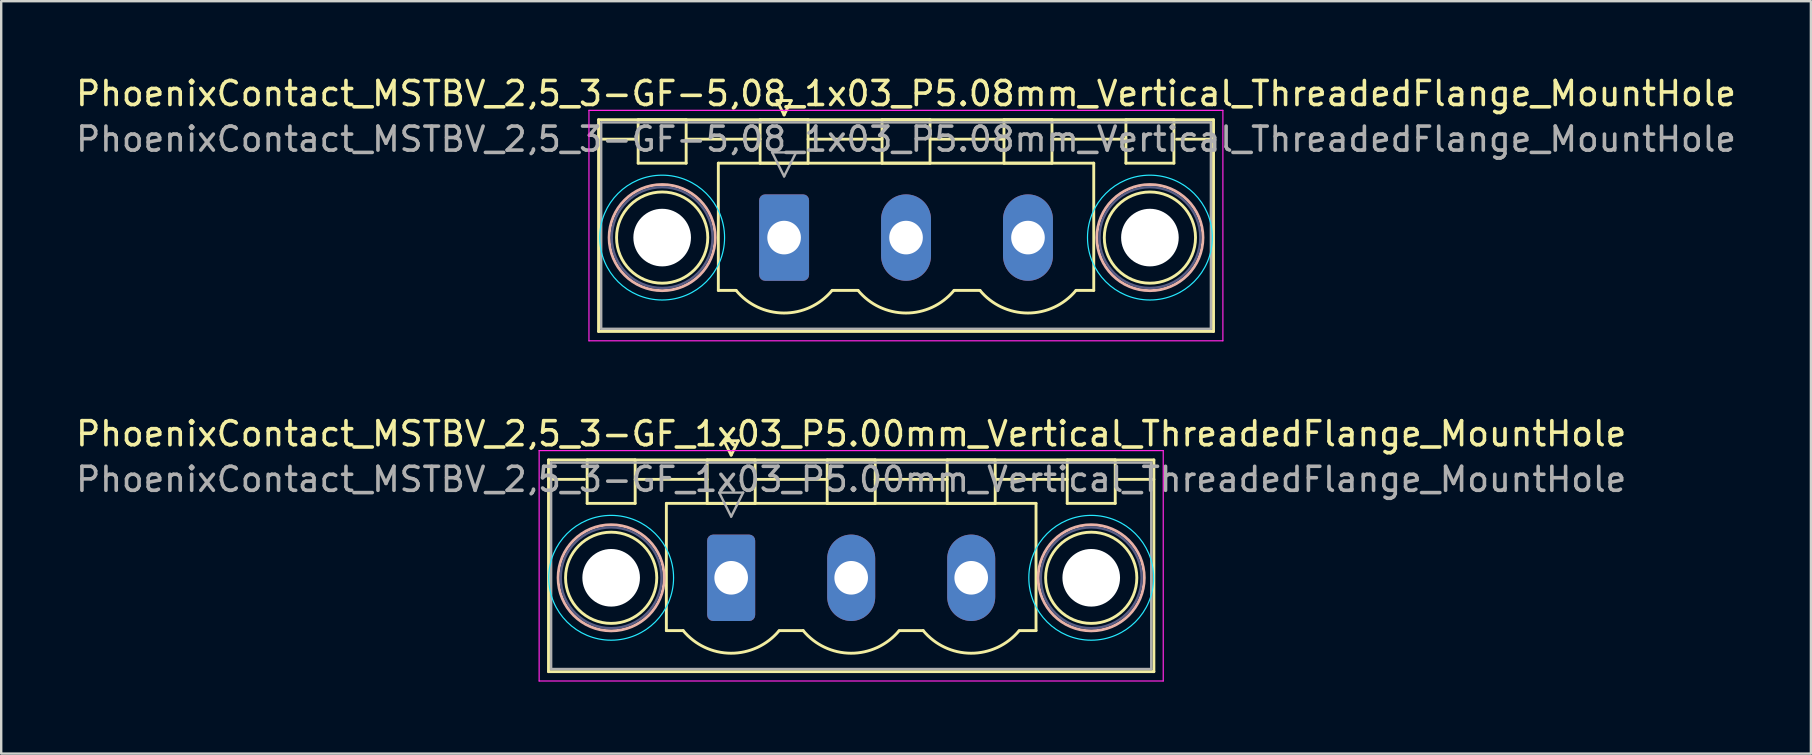
<source format=kicad_pcb>
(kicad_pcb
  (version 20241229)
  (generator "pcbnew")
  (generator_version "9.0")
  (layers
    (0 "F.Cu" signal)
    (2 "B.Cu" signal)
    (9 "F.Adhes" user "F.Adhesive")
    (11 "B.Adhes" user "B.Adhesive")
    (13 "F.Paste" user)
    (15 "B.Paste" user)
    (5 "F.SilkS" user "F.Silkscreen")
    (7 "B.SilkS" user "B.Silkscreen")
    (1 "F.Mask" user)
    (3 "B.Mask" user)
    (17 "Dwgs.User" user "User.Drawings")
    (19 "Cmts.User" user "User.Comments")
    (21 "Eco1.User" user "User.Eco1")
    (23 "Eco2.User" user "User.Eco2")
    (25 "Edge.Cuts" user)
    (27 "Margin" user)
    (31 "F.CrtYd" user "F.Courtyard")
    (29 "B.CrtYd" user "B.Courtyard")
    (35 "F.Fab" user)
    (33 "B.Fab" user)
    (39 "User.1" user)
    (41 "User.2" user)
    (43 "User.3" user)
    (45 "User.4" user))
  (footprint "PhoenixContact_MSTBV_2,5_3-GF-5,08_1x03_P5.08mm_Vertical_ThreadedFlange_MountHole"
    (layer "F.Cu")
    (at 29.616 6.848)
    (property "Reference" "PhoenixContact_MSTBV_2,5_3-GF-5,08_1x03_P5.08mm_Vertical_ThreadedFlange_MountHole" (at 5.08 -6 0) (layer "F.SilkS") (effects (font (size 1 1) (thickness 0.15))))
    (attr through_hole)
    (fp_line (start -7.73 -4.91) (end -7.73 3.91) (stroke (width 0.12) (type solid)) (layer "F.SilkS"))
    (fp_line (start -7.73 -4.1) (end -6.19 -4.1) (stroke (width 0.12) (type solid)) (layer "F.SilkS"))
    (fp_line (start -7.73 3.91) (end 17.89 3.91) (stroke (width 0.12) (type solid)) (layer "F.SilkS"))
    (fp_line (start -6.08 -4.91) (end -4.08 -4.91) (stroke (width 0.12) (type solid)) (layer "F.SilkS"))
    (fp_line (start -6.08 -3.1) (end -6.08 -4.91) (stroke (width 0.12) (type solid)) (layer "F.SilkS"))
    (fp_line (start -4.08 -4.91) (end -4.08 -3.1) (stroke (width 0.12) (type solid)) (layer "F.SilkS"))
    (fp_line (start -4.08 -4.1) (end -1 -4.1) (stroke (width 0.12) (type solid)) (layer "F.SilkS"))
    (fp_line (start -4.08 -3.1) (end -6.08 -3.1) (stroke (width 0.12) (type solid)) (layer "F.SilkS"))
    (fp_line (start -2.74 -3.1) (end 12.9 -3.1) (stroke (width 0.12) (type solid)) (layer "F.SilkS"))
    (fp_line (start -2.74 2.2) (end -2.74 -3.1) (stroke (width 0.12) (type solid)) (layer "F.SilkS"))
    (fp_line (start -2 2.2) (end -2.74 2.2) (stroke (width 0.12) (type solid)) (layer "F.SilkS"))
    (fp_line (start -1 -4.91) (end 1 -4.91) (stroke (width 0.12) (type solid)) (layer "F.SilkS"))
    (fp_line (start -1 -3.1) (end -1 -4.91) (stroke (width 0.12) (type solid)) (layer "F.SilkS"))
    (fp_line (start -0.3 -5.71) (end 0.3 -5.71) (stroke (width 0.12) (type solid)) (layer "F.SilkS"))
    (fp_line (start 0 -5.11) (end -0.3 -5.71) (stroke (width 0.12) (type solid)) (layer "F.SilkS"))
    (fp_line (start 0.3 -5.71) (end 0 -5.11) (stroke (width 0.12) (type solid)) (layer "F.SilkS"))
    (fp_line (start 1 -4.91) (end 1 -3.1) (stroke (width 0.12) (type solid)) (layer "F.SilkS"))
    (fp_line (start 1 -4.1) (end 4.08 -4.1) (stroke (width 0.12) (type solid)) (layer "F.SilkS"))
    (fp_line (start 1 -3.1) (end -1 -3.1) (stroke (width 0.12) (type solid)) (layer "F.SilkS"))
    (fp_line (start 2 2.2) (end 3.08 2.2) (stroke (width 0.12) (type solid)) (layer "F.SilkS"))
    (fp_line (start 4.08 -4.91) (end 6.08 -4.91) (stroke (width 0.12) (type solid)) (layer "F.SilkS"))
    (fp_line (start 4.08 -3.1) (end 4.08 -4.91) (stroke (width 0.12) (type solid)) (layer "F.SilkS"))
    (fp_line (start 6.08 -4.91) (end 6.08 -3.1) (stroke (width 0.12) (type solid)) (layer "F.SilkS"))
    (fp_line (start 6.08 -4.1) (end 9.16 -4.1) (stroke (width 0.12) (type solid)) (layer "F.SilkS"))
    (fp_line (start 6.08 -3.1) (end 4.08 -3.1) (stroke (width 0.12) (type solid)) (layer "F.SilkS"))
    (fp_line (start 7.08 2.2) (end 8.16 2.2) (stroke (width 0.12) (type solid)) (layer "F.SilkS"))
    (fp_line (start 9.16 -4.91) (end 11.16 -4.91) (stroke (width 0.12) (type solid)) (layer "F.SilkS"))
    (fp_line (start 9.16 -3.1) (end 9.16 -4.91) (stroke (width 0.12) (type solid)) (layer "F.SilkS"))
    (fp_line (start 11.16 -4.91) (end 11.16 -3.1) (stroke (width 0.12) (type solid)) (layer "F.SilkS"))
    (fp_line (start 11.16 -4.1) (end 14.24 -4.1) (stroke (width 0.12) (type solid)) (layer "F.SilkS"))
    (fp_line (start 11.16 -3.1) (end 9.16 -3.1) (stroke (width 0.12) (type solid)) (layer "F.SilkS"))
    (fp_line (start 12.9 -3.1) (end 12.9 2.2) (stroke (width 0.12) (type solid)) (layer "F.SilkS"))
    (fp_line (start 12.9 2.2) (end 12.16 2.2) (stroke (width 0.12) (type solid)) (layer "F.SilkS"))
    (fp_line (start 14.24 -4.91) (end 16.24 -4.91) (stroke (width 0.12) (type solid)) (layer "F.SilkS"))
    (fp_line (start 14.24 -3.1) (end 14.24 -4.91) (stroke (width 0.12) (type solid)) (layer "F.SilkS"))
    (fp_line (start 16.24 -4.91) (end 16.24 -3.1) (stroke (width 0.12) (type solid)) (layer "F.SilkS"))
    (fp_line (start 16.24 -3.1) (end 14.24 -3.1) (stroke (width 0.12) (type solid)) (layer "F.SilkS"))
    (fp_line (start 17.89 -4.91) (end -7.73 -4.91) (stroke (width 0.12) (type solid)) (layer "F.SilkS"))
    (fp_line (start 17.89 -4.1) (end 16.35 -4.1) (stroke (width 0.12) (type solid)) (layer "F.SilkS"))
    (fp_line (start 17.89 3.91) (end 17.89 -4.91) (stroke (width 0.12) (type solid)) (layer "F.SilkS"))
    (fp_arc (start 1.986842 2.215821) (mid -0.010289 3.142758) (end -2 2.2) (stroke (width 0.12) (type solid)) (layer "F.SilkS"))
    (fp_arc (start 7.066842 2.215821) (mid 5.069711 3.142758) (end 3.08 2.2) (stroke (width 0.12) (type solid)) (layer "F.SilkS"))
    (fp_arc (start 12.146842 2.215821) (mid 10.149711 3.142758) (end 8.16 2.2) (stroke (width 0.12) (type solid)) (layer "F.SilkS"))
    (fp_circle (center -5.08 0) (end -3.18 0) (stroke (width 0.12) (type solid)) (fill no) (layer "F.SilkS"))
    (fp_circle (center 15.24 0) (end 17.14 0) (stroke (width 0.12) (type solid)) (fill no) (layer "F.SilkS"))
    (fp_circle (center -5.08 0) (end -2.87 0) (stroke (width 0.12) (type solid)) (fill no) (layer "B.SilkS"))
    (fp_circle (center 15.24 0) (end 17.45 0) (stroke (width 0.12) (type solid)) (fill no) (layer "B.SilkS"))
    (fp_circle (center -5.08 0) (end -2.48 0) (stroke (width 0.05) (type solid)) (fill no) (layer "B.CrtYd"))
    (fp_circle (center 15.24 0) (end 17.84 0) (stroke (width 0.05) (type solid)) (fill no) (layer "B.CrtYd"))
    (fp_line (start -8.13 -5.3) (end -8.13 4.3) (stroke (width 0.05) (type solid)) (layer "F.CrtYd"))
    (fp_line (start -8.13 4.3) (end 18.28 4.3) (stroke (width 0.05) (type solid)) (layer "F.CrtYd"))
    (fp_line (start 18.28 -5.3) (end -8.13 -5.3) (stroke (width 0.05) (type solid)) (layer "F.CrtYd"))
    (fp_line (start 18.28 4.3) (end 18.28 -5.3) (stroke (width 0.05) (type solid)) (layer "F.CrtYd"))
    (fp_circle (center -5.08 0) (end -2.98 0) (stroke (width 0.1) (type solid)) (fill no) (layer "B.Fab"))
    (fp_circle (center 15.24 0) (end 17.34 0) (stroke (width 0.1) (type solid)) (fill no) (layer "B.Fab"))
    (fp_line (start -7.62 -4.8) (end -7.62 3.8) (stroke (width 0.1) (type solid)) (layer "F.Fab"))
    (fp_line (start -7.62 3.8) (end 17.78 3.8) (stroke (width 0.1) (type solid)) (layer "F.Fab"))
    (fp_line (start -0.5 -3.55) (end 0.5 -3.55) (stroke (width 0.1) (type solid)) (layer "F.Fab"))
    (fp_line (start 0 -2.55) (end -0.5 -3.55) (stroke (width 0.1) (type solid)) (layer "F.Fab"))
    (fp_line (start 0.5 -3.55) (end 0 -2.55) (stroke (width 0.1) (type solid)) (layer "F.Fab"))
    (fp_line (start 17.78 -4.8) (end -7.62 -4.8) (stroke (width 0.1) (type solid)) (layer "F.Fab"))
    (fp_line (start 17.78 3.8) (end 17.78 -4.8) (stroke (width 0.1) (type solid)) (layer "F.Fab"))
    (fp_text user "${REFERENCE}" (at 5.08 -4.1 0) (layer "F.Fab") (effects (font (size 1 1) (thickness 0.15))))
    (pad "" np_thru_hole circle (at -5.08 0) (size 2.4 2.4) (drill 2.4) (layers "*.Cu" "*.Mask"))
    (pad "" np_thru_hole circle (at 15.24 0) (size 2.4 2.4) (drill 2.4) (layers "*.Cu" "*.Mask"))
    (pad "1" thru_hole roundrect (at 0 0) (size 2.08 3.6) (drill 1.4) (layers "*.Cu" "*.Mask") (roundrect_rratio 0.12))
    (pad "2" thru_hole oval (at 5.08 0) (size 2.08 3.6) (drill 1.4) (layers "*.Cu" "*.Mask"))
    (pad "3" thru_hole oval (at 10.16 0) (size 2.08 3.6) (drill 1.4) (layers "*.Cu" "*.Mask")))
  (footprint "PhoenixContact_MSTBV_2,5_3-GF_1x03_P5.00mm_Vertical_ThreadedFlange_MountHole"
    (layer "F.Cu")
    (at 27.411 21.021)
    (property "Reference" "PhoenixContact_MSTBV_2,5_3-GF_1x03_P5.00mm_Vertical_ThreadedFlange_MountHole" (at 5 -6 0) (layer "F.SilkS") (effects (font (size 1 1) (thickness 0.15))))
    (attr through_hole)
    (fp_line (start -7.61 -4.91) (end -7.61 3.91) (stroke (width 0.12) (type solid)) (layer "F.SilkS"))
    (fp_line (start -7.61 -4.1) (end -6.11 -4.1) (stroke (width 0.12) (type solid)) (layer "F.SilkS"))
    (fp_line (start -7.61 3.91) (end 17.61 3.91) (stroke (width 0.12) (type solid)) (layer "F.SilkS"))
    (fp_line (start -6 -4.91) (end -4 -4.91) (stroke (width 0.12) (type solid)) (layer "F.SilkS"))
    (fp_line (start -6 -3.1) (end -6 -4.91) (stroke (width 0.12) (type solid)) (layer "F.SilkS"))
    (fp_line (start -4 -4.91) (end -4 -3.1) (stroke (width 0.12) (type solid)) (layer "F.SilkS"))
    (fp_line (start -4 -4.1) (end -1 -4.1) (stroke (width 0.12) (type solid)) (layer "F.SilkS"))
    (fp_line (start -4 -3.1) (end -6 -3.1) (stroke (width 0.12) (type solid)) (layer "F.SilkS"))
    (fp_line (start -2.7 -3.1) (end 12.7 -3.1) (stroke (width 0.12) (type solid)) (layer "F.SilkS"))
    (fp_line (start -2.7 2.2) (end -2.7 -3.1) (stroke (width 0.12) (type solid)) (layer "F.SilkS"))
    (fp_line (start -2 2.2) (end -2.7 2.2) (stroke (width 0.12) (type solid)) (layer "F.SilkS"))
    (fp_line (start -1 -4.91) (end 1 -4.91) (stroke (width 0.12) (type solid)) (layer "F.SilkS"))
    (fp_line (start -1 -3.1) (end -1 -4.91) (stroke (width 0.12) (type solid)) (layer "F.SilkS"))
    (fp_line (start -0.3 -5.71) (end 0.3 -5.71) (stroke (width 0.12) (type solid)) (layer "F.SilkS"))
    (fp_line (start 0 -5.11) (end -0.3 -5.71) (stroke (width 0.12) (type solid)) (layer "F.SilkS"))
    (fp_line (start 0.3 -5.71) (end 0 -5.11) (stroke (width 0.12) (type solid)) (layer "F.SilkS"))
    (fp_line (start 1 -4.91) (end 1 -3.1) (stroke (width 0.12) (type solid)) (layer "F.SilkS"))
    (fp_line (start 1 -4.1) (end 4 -4.1) (stroke (width 0.12) (type solid)) (layer "F.SilkS"))
    (fp_line (start 1 -3.1) (end -1 -3.1) (stroke (width 0.12) (type solid)) (layer "F.SilkS"))
    (fp_line (start 2 2.2) (end 3 2.2) (stroke (width 0.12) (type solid)) (layer "F.SilkS"))
    (fp_line (start 4 -4.91) (end 6 -4.91) (stroke (width 0.12) (type solid)) (layer "F.SilkS"))
    (fp_line (start 4 -3.1) (end 4 -4.91) (stroke (width 0.12) (type solid)) (layer "F.SilkS"))
    (fp_line (start 6 -4.91) (end 6 -3.1) (stroke (width 0.12) (type solid)) (layer "F.SilkS"))
    (fp_line (start 6 -4.1) (end 9 -4.1) (stroke (width 0.12) (type solid)) (layer "F.SilkS"))
    (fp_line (start 6 -3.1) (end 4 -3.1) (stroke (width 0.12) (type solid)) (layer "F.SilkS"))
    (fp_line (start 7 2.2) (end 8 2.2) (stroke (width 0.12) (type solid)) (layer "F.SilkS"))
    (fp_line (start 9 -4.91) (end 11 -4.91) (stroke (width 0.12) (type solid)) (layer "F.SilkS"))
    (fp_line (start 9 -3.1) (end 9 -4.91) (stroke (width 0.12) (type solid)) (layer "F.SilkS"))
    (fp_line (start 11 -4.91) (end 11 -3.1) (stroke (width 0.12) (type solid)) (layer "F.SilkS"))
    (fp_line (start 11 -4.1) (end 14 -4.1) (stroke (width 0.12) (type solid)) (layer "F.SilkS"))
    (fp_line (start 11 -3.1) (end 9 -3.1) (stroke (width 0.12) (type solid)) (layer "F.SilkS"))
    (fp_line (start 12.7 -3.1) (end 12.7 2.2) (stroke (width 0.12) (type solid)) (layer "F.SilkS"))
    (fp_line (start 12.7 2.2) (end 12 2.2) (stroke (width 0.12) (type solid)) (layer "F.SilkS"))
    (fp_line (start 14 -4.91) (end 16 -4.91) (stroke (width 0.12) (type solid)) (layer "F.SilkS"))
    (fp_line (start 14 -3.1) (end 14 -4.91) (stroke (width 0.12) (type solid)) (layer "F.SilkS"))
    (fp_line (start 16 -4.91) (end 16 -3.1) (stroke (width 0.12) (type solid)) (layer "F.SilkS"))
    (fp_line (start 16 -3.1) (end 14 -3.1) (stroke (width 0.12) (type solid)) (layer "F.SilkS"))
    (fp_line (start 17.61 -4.91) (end -7.61 -4.91) (stroke (width 0.12) (type solid)) (layer "F.SilkS"))
    (fp_line (start 17.61 -4.1) (end 16.11 -4.1) (stroke (width 0.12) (type solid)) (layer "F.SilkS"))
    (fp_line (start 17.61 3.91) (end 17.61 -4.91) (stroke (width 0.12) (type solid)) (layer "F.SilkS"))
    (fp_arc (start 1.986842 2.215821) (mid -0.010289 3.142758) (end -2 2.2) (stroke (width 0.12) (type solid)) (layer "F.SilkS"))
    (fp_arc (start 6.986842 2.215821) (mid 4.989711 3.142758) (end 3 2.2) (stroke (width 0.12) (type solid)) (layer "F.SilkS"))
    (fp_arc (start 11.986842 2.215821) (mid 9.989711 3.142758) (end 8 2.2) (stroke (width 0.12) (type solid)) (layer "F.SilkS"))
    (fp_circle (center -5 0) (end -3.1 0) (stroke (width 0.12) (type solid)) (fill no) (layer "F.SilkS"))
    (fp_circle (center 15 0) (end 16.9 0) (stroke (width 0.12) (type solid)) (fill no) (layer "F.SilkS"))
    (fp_circle (center -5 0) (end -2.79 0) (stroke (width 0.12) (type solid)) (fill no) (layer "B.SilkS"))
    (fp_circle (center 15 0) (end 17.21 0) (stroke (width 0.12) (type solid)) (fill no) (layer "B.SilkS"))
    (fp_circle (center -5 0) (end -2.4 0) (stroke (width 0.05) (type solid)) (fill no) (layer "B.CrtYd"))
    (fp_circle (center 15 0) (end 17.6 0) (stroke (width 0.05) (type solid)) (fill no) (layer "B.CrtYd"))
    (fp_line (start -8 -5.3) (end -8 4.3) (stroke (width 0.05) (type solid)) (layer "F.CrtYd"))
    (fp_line (start -8 4.3) (end 18 4.3) (stroke (width 0.05) (type solid)) (layer "F.CrtYd"))
    (fp_line (start 18 -5.3) (end -8 -5.3) (stroke (width 0.05) (type solid)) (layer "F.CrtYd"))
    (fp_line (start 18 4.3) (end 18 -5.3) (stroke (width 0.05) (type solid)) (layer "F.CrtYd"))
    (fp_circle (center -5 0) (end -2.9 0) (stroke (width 0.1) (type solid)) (fill no) (layer "B.Fab"))
    (fp_circle (center 15 0) (end 17.1 0) (stroke (width 0.1) (type solid)) (fill no) (layer "B.Fab"))
    (fp_line (start -7.5 -4.8) (end -7.5 3.8) (stroke (width 0.1) (type solid)) (layer "F.Fab"))
    (fp_line (start -7.5 3.8) (end 17.5 3.8) (stroke (width 0.1) (type solid)) (layer "F.Fab"))
    (fp_line (start -0.5 -3.55) (end 0.5 -3.55) (stroke (width 0.1) (type solid)) (layer "F.Fab"))
    (fp_line (start 0 -2.55) (end -0.5 -3.55) (stroke (width 0.1) (type solid)) (layer "F.Fab"))
    (fp_line (start 0.5 -3.55) (end 0 -2.55) (stroke (width 0.1) (type solid)) (layer "F.Fab"))
    (fp_line (start 17.5 -4.8) (end -7.5 -4.8) (stroke (width 0.1) (type solid)) (layer "F.Fab"))
    (fp_line (start 17.5 3.8) (end 17.5 -4.8) (stroke (width 0.1) (type solid)) (layer "F.Fab"))
    (fp_text user "${REFERENCE}" (at 5 -4.1 0) (layer "F.Fab") (effects (font (size 1 1) (thickness 0.15))))
    (pad "" np_thru_hole circle (at -5 0) (size 2.4 2.4) (drill 2.4) (layers "*.Cu" "*.Mask"))
    (pad "" np_thru_hole circle (at 15 0) (size 2.4 2.4) (drill 2.4) (layers "*.Cu" "*.Mask"))
    (pad "1" thru_hole roundrect (at 0 0) (size 2 3.6) (drill 1.4) (layers "*.Cu" "*.Mask") (roundrect_rratio 0.125))
    (pad "2" thru_hole oval (at 5 0) (size 2 3.6) (drill 1.4) (layers "*.Cu" "*.Mask"))
    (pad "3" thru_hole oval (at 10 0) (size 2 3.6) (drill 1.4) (layers "*.Cu" "*.Mask")))
  (gr_rect
    (start -3 -3)
    (end 72.393 28.346)
    (stroke (width 0.1) (type default))
    (fill no)
    (layer "Edge.Cuts")))
</source>
